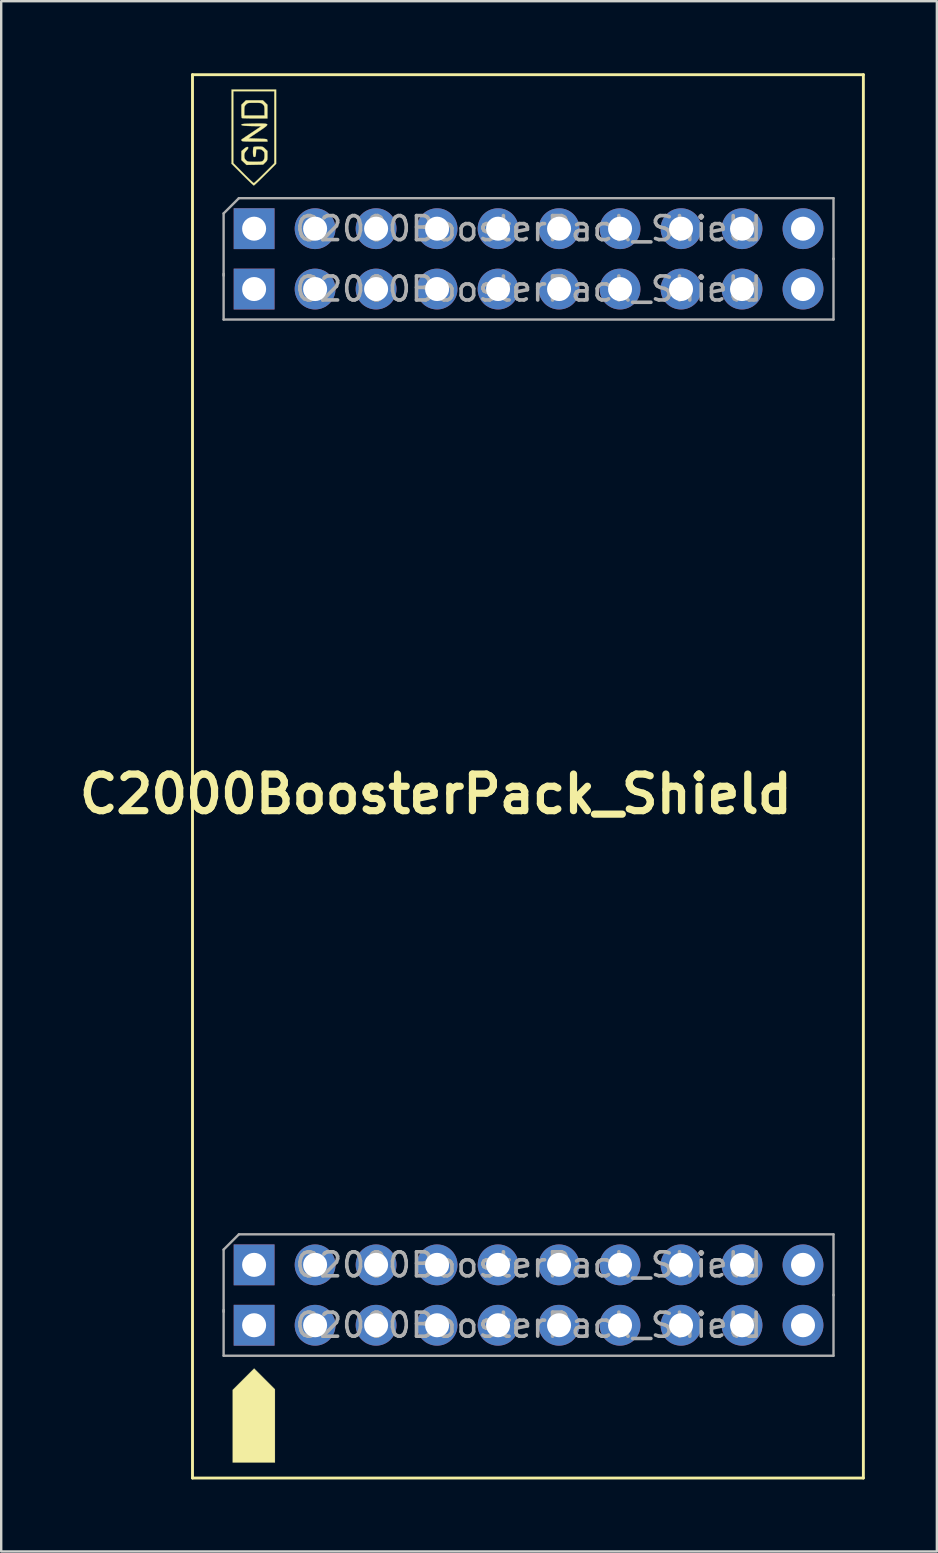
<source format=kicad_pcb>
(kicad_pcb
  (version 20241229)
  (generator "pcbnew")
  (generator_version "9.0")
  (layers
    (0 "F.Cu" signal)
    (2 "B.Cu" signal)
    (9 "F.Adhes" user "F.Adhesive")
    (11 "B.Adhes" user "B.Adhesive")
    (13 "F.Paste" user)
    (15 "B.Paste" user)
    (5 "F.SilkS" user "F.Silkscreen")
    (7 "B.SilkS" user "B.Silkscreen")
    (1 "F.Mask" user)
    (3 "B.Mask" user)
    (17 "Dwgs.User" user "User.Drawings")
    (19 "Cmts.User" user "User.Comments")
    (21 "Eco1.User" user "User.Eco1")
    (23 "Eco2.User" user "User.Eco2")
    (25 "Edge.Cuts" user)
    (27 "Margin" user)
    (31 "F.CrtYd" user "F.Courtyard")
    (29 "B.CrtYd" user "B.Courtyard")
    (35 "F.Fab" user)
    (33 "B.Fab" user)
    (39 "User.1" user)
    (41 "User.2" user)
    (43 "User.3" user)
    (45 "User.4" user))
  (footprint "C2000BoosterPack_Shield"
    (layer "F.Cu")
    (at 18.061 30.21)
    (property "Reference" "C2000BoosterPack_Shield" (at -2.959 -0.188 0) (layer "F.SilkS") (effects (font (size 1.524 1.524) (thickness 0.3))))
    (attr through_hole)
    (fp_line (start -13.094 -30.15) (end -13.094 28.296) (stroke (width 0.12) (type solid)) (layer "F.SilkS"))
    (fp_line (start -13.094 -30.15) (end 14.846 -30.15) (stroke (width 0.12) (type solid)) (layer "F.SilkS"))
    (fp_line (start 14.846 -30.15) (end 14.846 28.296) (stroke (width 0.12) (type solid)) (layer "F.SilkS"))
    (fp_line (start 14.846 28.296) (end -13.094 28.296) (stroke (width 0.12) (type solid)) (layer "F.SilkS"))
    (fp_poly (pts (xy -10.094 24.169) (xy -9.661 24.602) (xy -9.661 27.648) (xy -11.418 27.648) (xy -11.418 24.626) (xy -10.973 24.181) (xy -10.527 23.736) (xy -10.094 24.169)) (stroke (width 0.01) (type solid)) (fill yes) (layer "F.SilkS"))
    (fp_poly (pts (xy -9.612 -26.438) (xy -10.064 -25.987) (xy -10.185 -25.867) (xy -10.296 -25.759) (xy -10.392 -25.667) (xy -10.467 -25.596) (xy -10.518 -25.551) (xy -10.54 -25.536) (xy -10.563 -25.552) (xy -10.615 -25.598) (xy -10.691 -25.67) (xy -10.787 -25.762) (xy -10.898 -25.871) (xy -11.015 -25.988) (xy -11.466 -26.439) (xy -11.466 -29.46) (xy -11.394 -29.46) (xy -11.394 -26.466) (xy -10.98 -26.049) (xy -10.864 -25.933) (xy -10.758 -25.83) (xy -10.668 -25.744) (xy -10.599 -25.679) (xy -10.554 -25.641) (xy -10.541 -25.632) (xy -10.517 -25.649) (xy -10.465 -25.694) (xy -10.389 -25.765) (xy -10.294 -25.856) (xy -10.185 -25.963) (xy -10.1 -26.047) (xy -9.685 -26.462) (xy -9.685 -29.46) (xy -11.394 -29.46) (xy -11.466 -29.46) (xy -11.466 -29.532) (xy -9.612 -29.532) (xy -9.612 -26.438)) (stroke (width 0.01) (type solid)) (fill yes) (layer "F.SilkS"))
    (fp_poly (pts (xy -9.974 -28.897) (xy -9.974 -28.329) (xy -10.499 -28.329) (xy -10.654 -28.329) (xy -10.792 -28.331) (xy -10.906 -28.334) (xy -10.99 -28.338) (xy -11.035 -28.343) (xy -11.041 -28.345) (xy -11.047 -28.374) (xy -11.053 -28.441) (xy -11.056 -28.535) (xy -11.057 -28.629) (xy -11.057 -28.643) (xy -10.937 -28.643) (xy -10.937 -28.449) (xy -10.094 -28.449) (xy -10.094 -28.649) (xy -10.095 -28.749) (xy -10.101 -28.814) (xy -10.114 -28.857) (xy -10.139 -28.891) (xy -10.162 -28.914) (xy -10.192 -28.942) (xy -10.224 -28.96) (xy -10.265 -28.971) (xy -10.327 -28.977) (xy -10.419 -28.978) (xy -10.512 -28.979) (xy -10.633 -28.978) (xy -10.716 -28.976) (xy -10.771 -28.969) (xy -10.808 -28.956) (xy -10.838 -28.935) (xy -10.866 -28.908) (xy -10.901 -28.87) (xy -10.922 -28.832) (xy -10.933 -28.781) (xy -10.936 -28.704) (xy -10.937 -28.643) (xy -11.057 -28.643) (xy -11.057 -28.897) (xy -10.869 -29.081) (xy -10.162 -29.081) (xy -9.974 -28.897)) (stroke (width 0.01) (type solid)) (fill yes) (layer "F.SilkS"))
    (fp_poly (pts (xy -10.156 -28.114) (xy -10.052 -28.107) (xy -9.993 -28.091) (xy -9.978 -28.064) (xy -10.005 -28.023) (xy -10.074 -27.965) (xy -10.184 -27.886) (xy -10.333 -27.786) (xy -10.367 -27.763) (xy -10.762 -27.498) (xy -10.374 -27.486) (xy -10.229 -27.481) (xy -10.126 -27.477) (xy -10.056 -27.471) (xy -10.014 -27.463) (xy -9.991 -27.452) (xy -9.981 -27.437) (xy -9.978 -27.42) (xy -9.97 -27.366) (xy -10.502 -27.366) (xy -10.678 -27.366) (xy -10.812 -27.367) (xy -10.91 -27.37) (xy -10.976 -27.375) (xy -11.018 -27.382) (xy -11.04 -27.392) (xy -11.049 -27.403) (xy -11.057 -27.439) (xy -11.054 -27.448) (xy -11.032 -27.464) (xy -10.976 -27.502) (xy -10.893 -27.558) (xy -10.787 -27.629) (xy -10.666 -27.71) (xy -10.636 -27.73) (xy -10.226 -28.004) (xy -10.623 -28.01) (xy -10.791 -28.015) (xy -10.915 -28.021) (xy -10.998 -28.032) (xy -11.044 -28.046) (xy -11.057 -28.065) (xy -11.044 -28.086) (xy -11.014 -28.093) (xy -10.943 -28.1) (xy -10.839 -28.106) (xy -10.709 -28.11) (xy -10.56 -28.113) (xy -10.503 -28.114) (xy -10.306 -28.116) (xy -10.156 -28.114)) (stroke (width 0.01) (type solid)) (fill yes) (layer "F.SilkS"))
    (fp_poly (pts (xy -10.249 -27.155) (xy -10.189 -27.148) (xy -10.144 -27.129) (xy -10.1 -27.094) (xy -10.069 -27.063) (xy -9.974 -26.971) (xy -9.974 -26.776) (xy -9.974 -26.679) (xy -9.98 -26.615) (xy -9.995 -26.572) (xy -10.023 -26.534) (xy -10.064 -26.493) (xy -10.154 -26.405) (xy -10.499 -26.398) (xy -10.843 -26.391) (xy -10.95 -26.492) (xy -11.057 -26.593) (xy -11.056 -26.781) (xy -11.055 -26.968) (xy -10.947 -27.061) (xy -10.88 -27.112) (xy -10.826 -27.138) (xy -10.804 -27.14) (xy -10.774 -27.119) (xy -10.776 -27.085) (xy -10.811 -27.032) (xy -10.852 -26.984) (xy -10.905 -26.918) (xy -10.93 -26.859) (xy -10.937 -26.783) (xy -10.937 -26.771) (xy -10.931 -26.69) (xy -10.91 -26.635) (xy -10.869 -26.588) (xy -10.839 -26.561) (xy -10.809 -26.543) (xy -10.769 -26.531) (xy -10.71 -26.526) (xy -10.622 -26.523) (xy -10.5 -26.523) (xy -10.374 -26.523) (xy -10.287 -26.526) (xy -10.229 -26.532) (xy -10.191 -26.543) (xy -10.164 -26.561) (xy -10.146 -26.579) (xy -10.115 -26.623) (xy -10.099 -26.681) (xy -10.094 -26.768) (xy -10.094 -26.781) (xy -10.096 -26.865) (xy -10.107 -26.919) (xy -10.133 -26.958) (xy -10.17 -26.992) (xy -10.237 -27.036) (xy -10.309 -27.049) (xy -10.344 -27.048) (xy -10.443 -27.041) (xy -10.45 -26.889) (xy -10.459 -26.795) (xy -10.474 -26.742) (xy -10.495 -26.723) (xy -10.538 -26.727) (xy -10.553 -26.742) (xy -10.566 -26.786) (xy -10.573 -26.858) (xy -10.575 -26.943) (xy -10.572 -27.028) (xy -10.564 -27.098) (xy -10.551 -27.136) (xy -10.548 -27.139) (xy -10.512 -27.147) (xy -10.441 -27.153) (xy -10.352 -27.156) (xy -10.342 -27.156) (xy -10.249 -27.155)) (stroke (width 0.01) (type solid)) (fill yes) (layer "F.SilkS"))
    (fp_line (start -11.798 -24.371) (end -11.163 -25.006) (stroke (width 0.1) (type solid)) (layer "F.Fab"))
    (fp_line (start -11.798 -21.78) (end -11.798 -24.371) (stroke (width 0.1) (type solid)) (layer "F.Fab"))
    (fp_line (start -11.798 -19.952) (end -11.798 -21.857) (stroke (width 0.1) (type solid)) (layer "F.Fab"))
    (fp_line (start -11.798 18.783) (end -11.163 18.148) (stroke (width 0.1) (type solid)) (layer "F.Fab"))
    (fp_line (start -11.798 21.374) (end -11.798 18.783) (stroke (width 0.1) (type solid)) (layer "F.Fab"))
    (fp_line (start -11.798 23.203) (end -11.798 21.298) (stroke (width 0.1) (type solid)) (layer "F.Fab"))
    (fp_line (start -11.163 -25.006) (end 13.602 -25.006) (stroke (width 0.1) (type solid)) (layer "F.Fab"))
    (fp_line (start -11.163 18.148) (end 13.602 18.148) (stroke (width 0.1) (type solid)) (layer "F.Fab"))
    (fp_line (start 13.602 -25.006) (end 13.602 -22.466) (stroke (width 0.1) (type solid)) (layer "F.Fab"))
    (fp_line (start 13.602 -22.492) (end 13.602 -19.952) (stroke (width 0.1) (type solid)) (layer "F.Fab"))
    (fp_line (start 13.602 -19.952) (end -11.798 -19.952) (stroke (width 0.1) (type solid)) (layer "F.Fab"))
    (fp_line (start 13.602 18.148) (end 13.602 20.688) (stroke (width 0.1) (type solid)) (layer "F.Fab"))
    (fp_line (start 13.602 20.663) (end 13.602 23.203) (stroke (width 0.1) (type solid)) (layer "F.Fab"))
    (fp_line (start 13.602 23.203) (end -11.798 23.203) (stroke (width 0.1) (type solid)) (layer "F.Fab"))
    (fp_text user "${REFERENCE}" (at 0.902 19.418 180) (layer "F.Fab") (effects (font (size 1 1) (thickness 0.15))))
    (fp_text user "${REFERENCE}" (at 0.902 -23.736 180) (layer "F.Fab") (effects (font (size 1 1) (thickness 0.15))))
    (fp_text user "${REFERENCE}" (at 0.902 -21.222 180) (layer "F.Fab") (effects (font (size 1 1) (thickness 0.15))))
    (fp_text user "${REFERENCE}" (at 0.902 21.933 180) (layer "F.Fab") (effects (font (size 1 1) (thickness 0.15))))
    (pad "3" thru_hole rect (at -10.528 19.418 90) (size 1.7 1.7) (drill 1) (layers "*.Cu" "*.Mask"))
    (pad "4" thru_hole oval (at -7.988 19.418 90) (size 1.7 1.7) (drill 1) (layers "*.Cu" "*.Mask"))
    (pad "5" thru_hole oval (at -5.448 19.418 90) (size 1.7 1.7) (drill 1) (layers "*.Cu" "*.Mask"))
    (pad "6" thru_hole oval (at -2.908 19.418 90) (size 1.7 1.7) (drill 1) (layers "*.Cu" "*.Mask"))
    (pad "7" thru_hole oval (at -0.368 19.418 90) (size 1.7 1.7) (drill 1) (layers "*.Cu" "*.Mask"))
    (pad "8" thru_hole oval (at 2.172 19.418 90) (size 1.7 1.7) (drill 1) (layers "*.Cu" "*.Mask"))
    (pad "9" thru_hole oval (at 4.712 19.418 90) (size 1.7 1.7) (drill 1) (layers "*.Cu" "*.Mask"))
    (pad "10" thru_hole oval (at 7.252 19.418 90) (size 1.7 1.7) (drill 1) (layers "*.Cu" "*.Mask"))
    (pad "11" thru_hole oval (at 9.792 19.418 90) (size 1.7 1.7) (drill 1) (layers "*.Cu" "*.Mask"))
    (pad "12" thru_hole oval (at 12.332 19.418 90) (size 1.7 1.7) (drill 1) (layers "*.Cu" "*.Mask"))
    (pad "13" thru_hole rect (at -10.528 21.933 90) (size 1.7 1.7) (drill 1) (layers "*.Cu" "*.Mask"))
    (pad "14" thru_hole oval (at -7.988 21.933 90) (size 1.7 1.7) (drill 1) (layers "*.Cu" "*.Mask"))
    (pad "15" thru_hole oval (at -5.448 21.933 90) (size 1.7 1.7) (drill 1) (layers "*.Cu" "*.Mask"))
    (pad "16" thru_hole oval (at -2.908 21.933 90) (size 1.7 1.7) (drill 1) (layers "*.Cu" "*.Mask"))
    (pad "17" thru_hole oval (at -0.368 21.933 90) (size 1.7 1.7) (drill 1) (layers "*.Cu" "*.Mask"))
    (pad "18" thru_hole oval (at 2.172 21.933 90) (size 1.7 1.7) (drill 1) (layers "*.Cu" "*.Mask"))
    (pad "19" thru_hole oval (at 4.712 21.933 90) (size 1.7 1.7) (drill 1) (layers "*.Cu" "*.Mask"))
    (pad "20" thru_hole oval (at 7.252 21.933 90) (size 1.7 1.7) (drill 1) (layers "*.Cu" "*.Mask"))
    (pad "21" thru_hole oval (at 9.792 21.933 90) (size 1.7 1.7) (drill 1) (layers "*.Cu" "*.Mask"))
    (pad "22" thru_hole oval (at 12.332 21.933 90) (size 1.7 1.7) (drill 1) (layers "*.Cu" "*.Mask"))
    (pad "96" thru_hole oval (at 12.332 -23.736 90) (size 1.7 1.7) (drill 1) (layers "*.Cu" "*.Mask"))
    (pad "97" thru_hole oval (at 9.792 -23.736 90) (size 1.7 1.7) (drill 1) (layers "*.Cu" "*.Mask"))
    (pad "98" thru_hole oval (at 7.252 -23.736 90) (size 1.7 1.7) (drill 1) (layers "*.Cu" "*.Mask"))
    (pad "99" thru_hole oval (at 4.712 -23.736 90) (size 1.7 1.7) (drill 1) (layers "*.Cu" "*.Mask"))
    (pad "100" thru_hole oval (at 2.172 -23.736 90) (size 1.7 1.7) (drill 1) (layers "*.Cu" "*.Mask"))
    (pad "101" thru_hole oval (at -0.368 -23.736 90) (size 1.7 1.7) (drill 1) (layers "*.Cu" "*.Mask"))
    (pad "102" thru_hole oval (at -2.908 -23.736 90) (size 1.7 1.7) (drill 1) (layers "*.Cu" "*.Mask"))
    (pad "103" thru_hole oval (at -5.448 -23.736 90) (size 1.7 1.7) (drill 1) (layers "*.Cu" "*.Mask"))
    (pad "104" thru_hole oval (at -7.988 -23.736 90) (size 1.7 1.7) (drill 1) (layers "*.Cu" "*.Mask"))
    (pad "105" thru_hole rect (at -10.528 -23.736 90) (size 1.7 1.7) (drill 1) (layers "*.Cu" "*.Mask"))
    (pad "106" thru_hole oval (at 12.332 -21.222 90) (size 1.7 1.7) (drill 1) (layers "*.Cu" "*.Mask"))
    (pad "107" thru_hole oval (at 9.792 -21.222 90) (size 1.7 1.7) (drill 1) (layers "*.Cu" "*.Mask"))
    (pad "108" thru_hole oval (at 7.252 -21.222 90) (size 1.7 1.7) (drill 1) (layers "*.Cu" "*.Mask"))
    (pad "109" thru_hole oval (at 4.712 -21.222 90) (size 1.7 1.7) (drill 1) (layers "*.Cu" "*.Mask"))
    (pad "110" thru_hole oval (at 2.172 -21.222 90) (size 1.7 1.7) (drill 1) (layers "*.Cu" "*.Mask"))
    (pad "111" thru_hole oval (at -0.368 -21.222 90) (size 1.7 1.7) (drill 1) (layers "*.Cu" "*.Mask"))
    (pad "112" thru_hole oval (at -2.908 -21.222 90) (size 1.7 1.7) (drill 1) (layers "*.Cu" "*.Mask"))
    (pad "113" thru_hole oval (at -5.448 -21.222 90) (size 1.7 1.7) (drill 1) (layers "*.Cu" "*.Mask"))
    (pad "114" thru_hole oval (at -7.988 -21.222 90) (size 1.7 1.7) (drill 1) (layers "*.Cu" "*.Mask"))
    (pad "115" thru_hole rect (at -10.528 -21.222 90) (size 1.7 1.7) (drill 1) (layers "*.Cu" "*.Mask")))
  (gr_rect
    (start -3 -3)
    (end 35.968 61.565)
    (stroke (width 0.1) (type default))
    (fill no)
    (layer "Edge.Cuts")))
</source>
